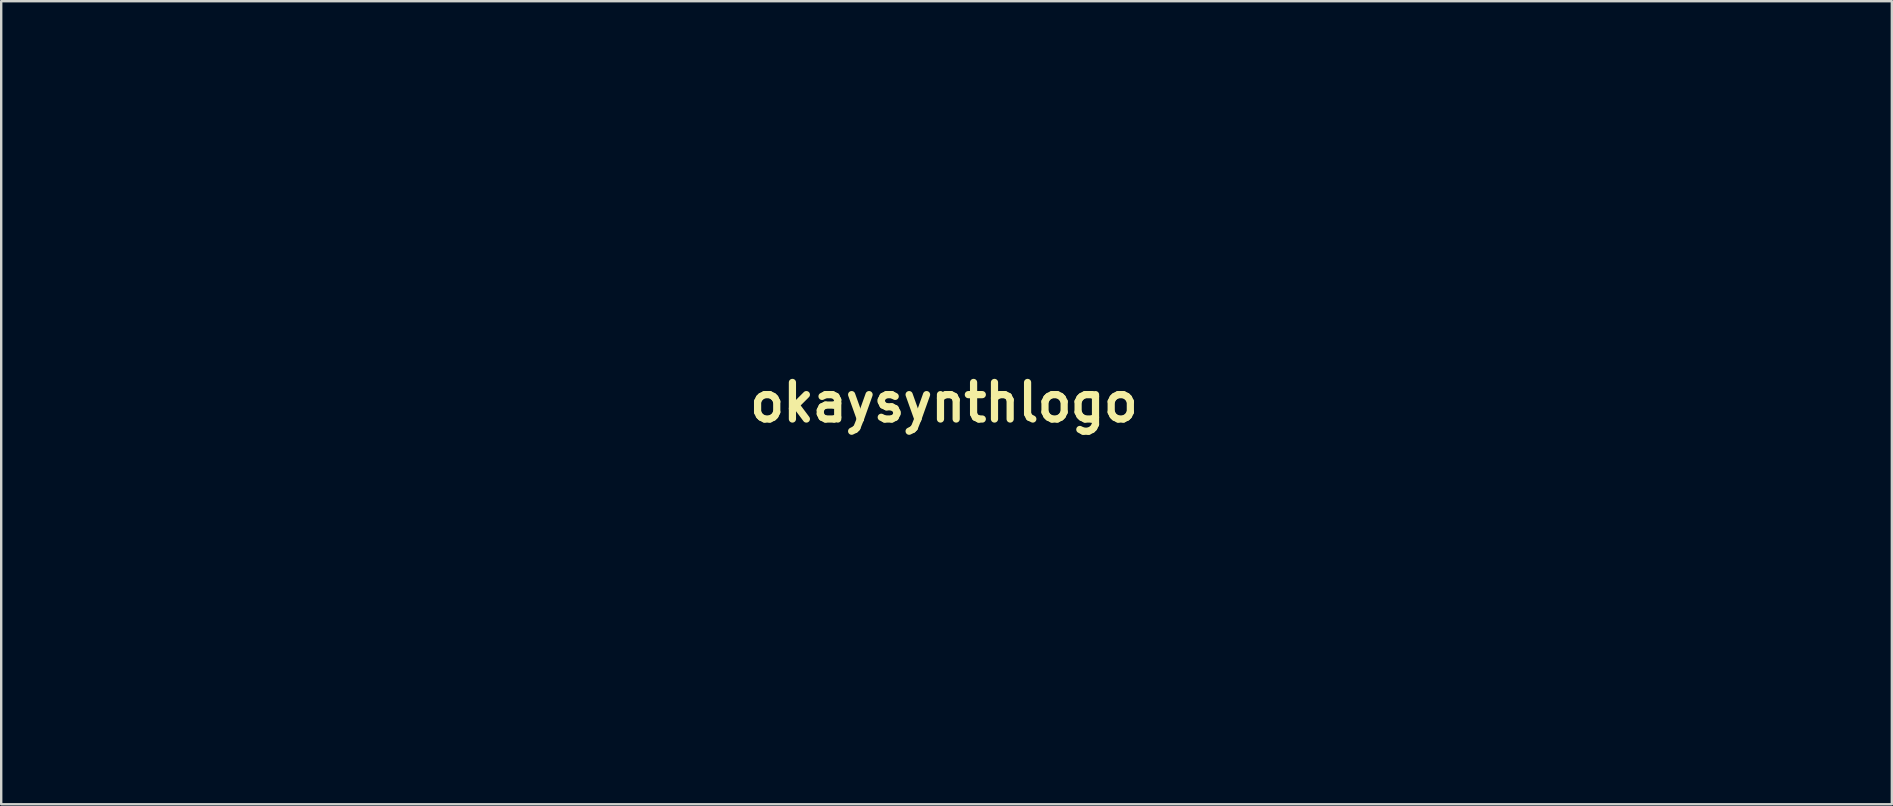
<source format=kicad_pcb>
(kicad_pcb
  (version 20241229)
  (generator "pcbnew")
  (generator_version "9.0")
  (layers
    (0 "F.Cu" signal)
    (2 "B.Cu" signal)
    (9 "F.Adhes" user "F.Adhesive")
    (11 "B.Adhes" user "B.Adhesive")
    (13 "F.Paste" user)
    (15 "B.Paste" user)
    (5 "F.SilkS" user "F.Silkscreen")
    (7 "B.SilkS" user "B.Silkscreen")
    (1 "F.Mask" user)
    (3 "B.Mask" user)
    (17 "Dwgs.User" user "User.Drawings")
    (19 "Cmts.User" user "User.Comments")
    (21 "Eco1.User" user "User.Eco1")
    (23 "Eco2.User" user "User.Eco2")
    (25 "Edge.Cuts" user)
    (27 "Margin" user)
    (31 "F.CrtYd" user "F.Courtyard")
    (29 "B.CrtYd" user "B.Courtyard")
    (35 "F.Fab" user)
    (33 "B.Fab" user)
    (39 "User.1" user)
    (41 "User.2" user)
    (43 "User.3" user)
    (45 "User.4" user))
  (footprint "okaysynthlogo"
    (layer "F.Cu")
    (at 36.278 13.718)
    (property "Reference" "okaysynthlogo" (at 0 0 0) (layer "F.SilkS") (effects (font (size 1.524 1.524) (thickness 0.3))))
    (attr through_hole)
    (fp_poly (pts (xy 1.135 9.314) (xy 1.292 9.508) (xy 1.386 9.952) (xy 1.442 10.741) (xy 1.47 11.493) (xy 1.491 12.595) (xy 1.457 13.276) (xy 1.358 13.621) (xy 1.184 13.716) (xy 0.723 13.537) (xy 0.527 13.358) (xy 0.367 12.879) (xy 0.296 11.99) (xy 0.306 11.136) (xy 0.359 10.172) (xy 0.442 9.611) (xy 0.589 9.346) (xy 0.834 9.272) (xy 0.889 9.271) (xy 1.135 9.314)) (stroke (width 0.01) (type solid)) (fill no) (layer "Eco2.User"))
    (fp_poly (pts (xy 35.026 1.428) (xy 35.817 2.092) (xy 36.331 2.997) (xy 36.486 4.079) (xy 36.322 4.953) (xy 35.76 5.983) (xy 34.881 6.616) (xy 33.682 6.856) (xy 33.528 6.858) (xy 32.376 6.708) (xy 31.676 6.346) (xy 30.967 5.507) (xy 30.617 4.478) (xy 30.621 3.395) (xy 30.976 2.395) (xy 31.676 1.613) (xy 31.827 1.513) (xy 32.949 1.075) (xy 34.043 1.067) (xy 35.026 1.428)) (stroke (width 0.01) (type solid)) (fill no) (layer "Eco2.User"))
    (fp_poly (pts (xy -27.519 9.322) (xy -27.219 9.659) (xy -27.307 10.298) (xy -27.787 11.249) (xy -27.82 11.303) (xy -28.205 12.076) (xy -28.426 12.807) (xy -28.447 13.018) (xy -28.592 13.557) (xy -28.939 13.734) (xy -29.295 13.547) (xy -29.44 13.173) (xy -29.464 12.908) (xy -29.584 12.448) (xy -29.897 11.724) (xy -30.264 11.02) (xy -30.694 10.201) (xy -30.86 9.705) (xy -30.787 9.44) (xy -30.732 9.397) (xy -30.228 9.283) (xy -29.768 9.626) (xy -29.407 10.235) (xy -29.016 11.049) (xy -28.673 10.287) (xy -28.273 9.566) (xy -27.884 9.279) (xy -27.519 9.322)) (stroke (width 0.01) (type solid)) (fill no) (layer "Eco2.User"))
    (fp_poly (pts (xy -18.121 9.194) (xy -17.245 9.273) (xy -16.765 9.417) (xy -16.569 9.664) (xy -16.557 9.716) (xy -16.629 10.056) (xy -17.088 10.16) (xy -17.126 10.16) (xy -17.468 10.184) (xy -17.663 10.33) (xy -17.753 10.709) (xy -17.779 11.431) (xy -17.78 11.938) (xy -17.796 12.878) (xy -17.862 13.416) (xy -18.006 13.66) (xy -18.246 13.716) (xy -18.729 13.633) (xy -18.881 13.547) (xy -18.969 13.222) (xy -19.03 12.544) (xy -19.05 11.769) (xy -19.067 10.887) (xy -19.143 10.401) (xy -19.311 10.196) (xy -19.543 10.16) (xy -20.064 10.032) (xy -20.183 9.718) (xy -19.958 9.413) (xy -19.489 9.252) (xy -18.676 9.184) (xy -18.121 9.194)) (stroke (width 0.01) (type solid)) (fill no) (layer "Eco2.User"))
    (fp_poly (pts (xy 5.813 9.291) (xy 6.285 9.379) (xy 6.495 9.574) (xy 6.552 9.793) (xy 6.437 10.297) (xy 6.048 11.005) (xy 5.73 11.444) (xy 4.833 12.573) (xy 5.528 12.647) (xy 6.343 12.768) (xy 6.716 12.933) (xy 6.712 13.183) (xy 6.602 13.338) (xy 6.195 13.538) (xy 5.486 13.673) (xy 4.668 13.731) (xy 3.937 13.699) (xy 3.489 13.563) (xy 3.471 13.547) (xy 3.306 13.038) (xy 3.58 12.29) (xy 4.226 11.391) (xy 5.151 10.287) (xy 4.211 10.207) (xy 3.578 10.096) (xy 3.349 9.871) (xy 3.353 9.699) (xy 3.501 9.452) (xy 3.897 9.32) (xy 4.655 9.273) (xy 4.956 9.271) (xy 5.813 9.291)) (stroke (width 0.01) (type solid)) (fill no) (layer "Eco2.User"))
    (fp_poly (pts (xy -32.909 9.258) (xy -32.521 9.514) (xy -32.318 9.958) (xy -32.559 10.208) (xy -33.203 10.224) (xy -33.233 10.22) (xy -33.895 10.221) (xy -34.119 10.416) (xy -33.882 10.706) (xy -33.401 10.922) (xy -32.53 11.371) (xy -32.095 11.964) (xy -32.12 12.634) (xy -32.512 13.208) (xy -33.22 13.602) (xy -34.114 13.705) (xy -34.955 13.502) (xy -35.169 13.374) (xy -35.496 12.986) (xy -35.379 12.7) (xy -34.883 12.583) (xy -34.445 12.618) (xy -33.718 12.641) (xy -33.432 12.458) (xy -33.611 12.146) (xy -34.207 11.809) (xy -35.118 11.307) (xy -35.528 10.762) (xy -35.443 10.159) (xy -35.052 9.652) (xy -34.424 9.285) (xy -33.638 9.15) (xy -32.909 9.258)) (stroke (width 0.01) (type solid)) (fill no) (layer "Eco2.User"))
    (fp_poly (pts (xy -2.029 9.3) (xy -1.595 9.631) (xy -1.524 9.895) (xy -1.599 10.211) (xy -1.916 10.296) (xy -2.413 10.238) (xy -3.07 10.206) (xy -3.281 10.366) (xy -3.05 10.671) (xy -2.381 11.076) (xy -2.349 11.092) (xy -1.609 11.629) (xy -1.289 12.258) (xy -1.412 12.886) (xy -1.82 13.31) (xy -2.581 13.612) (xy -3.515 13.69) (xy -4.255 13.548) (xy -4.52 13.218) (xy -4.572 12.93) (xy -4.509 12.626) (xy -4.229 12.529) (xy -3.597 12.596) (xy -3.556 12.602) (xy -2.827 12.645) (xy -2.551 12.496) (xy -2.732 12.202) (xy -3.373 11.805) (xy -3.493 11.748) (xy -4.114 11.395) (xy -4.386 11.006) (xy -4.445 10.422) (xy -4.38 9.799) (xy -4.089 9.477) (xy -3.637 9.312) (xy -2.751 9.182) (xy -2.029 9.3)) (stroke (width 0.01) (type solid)) (fill no) (layer "Eco2.User"))
    (fp_poly (pts (xy -7.293 9.193) (xy -6.526 9.346) (xy -6.195 9.601) (xy -6.309 9.874) (xy -6.881 10.075) (xy -7.176 10.112) (xy -7.882 10.272) (xy -8.158 10.529) (xy -7.999 10.779) (xy -7.399 10.917) (xy -7.22 10.922) (xy -6.612 10.972) (xy -6.391 11.162) (xy -6.397 11.367) (xy -6.717 11.745) (xy -7.305 11.891) (xy -7.959 12.053) (xy -8.165 12.304) (xy -7.948 12.549) (xy -7.334 12.692) (xy -7.093 12.7) (xy -6.43 12.739) (xy -6.156 12.891) (xy -6.143 13.145) (xy -6.33 13.434) (xy -6.824 13.597) (xy -7.497 13.664) (xy -8.396 13.646) (xy -8.988 13.491) (xy -9.082 13.422) (xy -9.262 12.981) (xy -9.373 12.154) (xy -9.398 11.388) (xy -9.338 10.287) (xy -9.107 9.604) (xy -8.627 9.258) (xy -7.821 9.169) (xy -7.293 9.193)) (stroke (width 0.01) (type solid)) (fill no) (layer "Eco2.User"))
    (fp_poly (pts (xy -22.181 9.21) (xy -21.895 9.449) (xy -21.74 9.845) (xy -21.639 10.566) (xy -21.595 11.455) (xy -21.608 12.353) (xy -21.68 13.103) (xy -21.812 13.55) (xy -21.858 13.598) (xy -22.463 13.709) (xy -23.085 13.369) (xy -23.652 12.625) (xy -23.834 12.259) (xy -24.367 11.049) (xy -24.376 12.383) (xy -24.408 13.174) (xy -24.521 13.578) (xy -24.756 13.711) (xy -24.85 13.716) (xy -25.333 13.633) (xy -25.485 13.547) (xy -25.565 13.228) (xy -25.625 12.538) (xy -25.653 11.613) (xy -25.654 11.405) (xy -25.64 10.396) (xy -25.579 9.783) (xy -25.446 9.453) (xy -25.213 9.294) (xy -25.148 9.272) (xy -24.688 9.197) (xy -24.313 9.366) (xy -23.929 9.857) (xy -23.503 10.622) (xy -22.884 11.811) (xy -22.872 10.477) (xy -22.791 9.576) (xy -22.563 9.156) (xy -22.181 9.21)) (stroke (width 0.01) (type solid)) (fill no) (layer "Eco2.User"))
    (fp_poly (pts (xy 15.584 9.308) (xy 16.268 9.743) (xy 16.599 10.366) (xy 16.512 11.093) (xy 16.368 11.361) (xy 16.131 11.835) (xy 16.21 12.247) (xy 16.399 12.562) (xy 16.681 13.199) (xy 16.607 13.586) (xy 16.278 13.695) (xy 15.792 13.498) (xy 15.252 12.968) (xy 15.196 12.892) (xy 14.609 12.068) (xy 14.478 12.826) (xy 14.233 13.409) (xy 13.832 13.692) (xy 13.414 13.581) (xy 13.386 13.555) (xy 13.301 13.233) (xy 13.238 12.539) (xy 13.209 11.613) (xy 13.208 11.415) (xy 13.225 10.668) (xy 14.478 10.668) (xy 14.607 11.085) (xy 14.922 11.128) (xy 15.3 10.877) (xy 15.367 10.668) (xy 15.156 10.309) (xy 14.922 10.208) (xy 14.562 10.297) (xy 14.478 10.668) (xy 13.225 10.668) (xy 13.233 10.333) (xy 13.346 9.662) (xy 13.608 9.305) (xy 14.079 9.165) (xy 14.614 9.144) (xy 15.584 9.308)) (stroke (width 0.01) (type solid)) (fill no) (layer "Eco2.User"))
    (fp_poly (pts (xy 10.618 9.221) (xy 11.188 9.443) (xy 11.38 9.699) (xy 11.312 10.002) (xy 10.892 10.162) (xy 10.513 10.207) (xy 9.805 10.349) (xy 9.469 10.57) (xy 9.535 10.786) (xy 10.031 10.914) (xy 10.266 10.922) (xy 10.887 10.976) (xy 11.143 11.188) (xy 11.176 11.43) (xy 11.077 11.78) (xy 10.688 11.921) (xy 10.287 11.938) (xy 9.629 12.021) (xy 9.4 12.284) (xy 9.398 12.319) (xy 9.563 12.582) (xy 10.111 12.692) (xy 10.433 12.7) (xy 11.096 12.739) (xy 11.37 12.891) (xy 11.383 13.145) (xy 11.197 13.433) (xy 10.706 13.596) (xy 10.021 13.664) (xy 9.252 13.674) (xy 8.705 13.616) (xy 8.563 13.558) (xy 8.477 13.234) (xy 8.413 12.539) (xy 8.383 11.61) (xy 8.382 11.393) (xy 8.392 10.393) (xy 8.444 9.788) (xy 8.568 9.465) (xy 8.798 9.311) (xy 8.982 9.257) (xy 9.829 9.15) (xy 10.618 9.221)) (stroke (width 0.01) (type solid)) (fill no) (layer "Eco2.User"))
    (fp_poly (pts (xy -14.415 9.19) (xy -13.984 9.384) (xy -13.788 9.897) (xy -13.763 10.097) (xy -13.639 10.677) (xy -13.341 10.899) (xy -13.065 10.922) (xy -12.649 10.854) (xy -12.476 10.553) (xy -12.446 10.015) (xy -12.405 9.415) (xy -12.221 9.187) (xy -11.874 9.19) (xy -11.6 9.263) (xy -11.425 9.454) (xy -11.323 9.867) (xy -11.265 10.602) (xy -11.229 11.512) (xy -11.199 12.581) (xy -11.211 13.236) (xy -11.285 13.574) (xy -11.445 13.688) (xy -11.713 13.675) (xy -11.737 13.671) (xy -12.174 13.481) (xy -12.372 12.979) (xy -12.399 12.764) (xy -12.523 12.183) (xy -12.821 11.961) (xy -13.097 11.938) (xy -13.516 12.007) (xy -13.688 12.314) (xy -13.716 12.827) (xy -13.778 13.448) (xy -14.008 13.695) (xy -14.182 13.716) (xy -14.665 13.633) (xy -14.817 13.547) (xy -14.894 13.231) (xy -14.953 12.537) (xy -14.984 11.595) (xy -14.986 11.243) (xy -14.979 10.206) (xy -14.941 9.579) (xy -14.844 9.267) (xy -14.662 9.172) (xy -14.415 9.19)) (stroke (width 0.01) (type solid)) (fill no) (layer "Eco2.User"))
    (fp_poly (pts (xy -11.77 -13.607) (xy -10.855 -13.317) (xy -10.361 -12.951) (xy -10.196 -12.694) (xy -10.076 -12.339) (xy -9.993 -11.809) (xy -9.94 -11.027) (xy -9.911 -9.916) (xy -9.897 -8.399) (xy -9.896 -7.782) (xy -9.885 -3.175) (xy -7.245 -5.905) (xy -6.293 -6.864) (xy -5.439 -7.676) (xy -4.755 -8.275) (xy -4.314 -8.598) (xy -4.212 -8.636) (xy -3.744 -8.546) (xy -3.04 -8.319) (xy -2.77 -8.216) (xy -1.906 -7.722) (xy -1.398 -7.024) (xy -1.369 -6.958) (xy -1.178 -6.285) (xy -1.229 -5.642) (xy -1.561 -4.952) (xy -2.216 -4.136) (xy -3.234 -3.116) (xy -3.496 -2.871) (xy -5.461 -1.042) (xy -3.078 1.358) (xy -2.114 2.337) (xy -1.459 3.038) (xy -1.058 3.538) (xy -0.86 3.917) (xy -0.811 4.252) (xy -0.858 4.622) (xy -0.86 4.633) (xy -1.278 5.628) (xy -2.045 6.33) (xy -3.059 6.684) (xy -4.22 6.635) (xy -4.415 6.585) (xy -4.929 6.383) (xy -5.452 6.041) (xy -6.049 5.494) (xy -6.785 4.68) (xy -7.729 3.535) (xy -8.091 3.081) (xy -9.779 0.956) (xy -9.906 3.716) (xy -10.033 6.477) (xy -11.991 6.551) (xy -12.727 6.587) (xy -13.331 6.603) (xy -13.818 6.556) (xy -14.199 6.401) (xy -14.487 6.092) (xy -14.696 5.585) (xy -14.837 4.836) (xy -14.924 3.799) (xy -14.97 2.43) (xy -14.987 0.685) (xy -14.988 -1.482) (xy -14.986 -3.925) (xy -14.986 -13.439) (xy -14.081 -13.609) (xy -12.896 -13.713) (xy -11.77 -13.607)) (stroke (width 0.01) (type solid)) (fill no) (layer "Eco2.User"))
    (fp_poly (pts (xy -24.11 -12.313) (xy -22.246 -11.665) (xy -20.567 -10.652) (xy -19.457 -9.627) (xy -18.46 -8.346) (xy -17.778 -7.015) (xy -17.368 -5.509) (xy -17.189 -3.705) (xy -17.172 -2.794) (xy -17.195 -1.422) (xy -17.279 -0.396) (xy -17.447 0.445) (xy -17.72 1.262) (xy -17.744 1.321) (xy -18.726 3.147) (xy -20.089 4.657) (xy -21.789 5.819) (xy -23.788 6.601) (xy -24.914 6.844) (xy -26.006 7.007) (xy -26.817 7.07) (xy -27.563 7.027) (xy -28.461 6.872) (xy -29.116 6.733) (xy -30.595 6.33) (xy -31.786 5.781) (xy -32.908 4.973) (xy -33.535 4.414) (xy -34.775 2.971) (xy -35.631 1.295) (xy -36.128 -0.675) (xy -36.26 -2.056) (xy -30.841 -2.056) (xy -30.643 -0.644) (xy -30.272 0.423) (xy -29.41 1.637) (xy -28.323 2.413) (xy -27.066 2.73) (xy -25.693 2.569) (xy -24.995 2.31) (xy -23.964 1.604) (xy -23.344 0.855) (xy -23.064 0.352) (xy -22.884 -0.161) (xy -22.784 -0.811) (xy -22.741 -1.731) (xy -22.733 -2.794) (xy -22.775 -4.343) (xy -22.924 -5.494) (xy -23.218 -6.354) (xy -23.694 -7.028) (xy -24.388 -7.623) (xy -24.434 -7.655) (xy -25.161 -8.044) (xy -26.043 -8.22) (xy -26.704 -8.247) (xy -27.955 -8.122) (xy -28.922 -7.683) (xy -29.724 -6.857) (xy -30.205 -6.095) (xy -30.62 -4.968) (xy -30.833 -3.56) (xy -30.841 -2.056) (xy -36.26 -2.056) (xy -36.273 -2.186) (xy -36.235 -4.352) (xy -35.886 -6.214) (xy -35.197 -7.888) (xy -34.642 -8.801) (xy -33.371 -10.246) (xy -31.798 -11.352) (xy -30.004 -12.116) (xy -28.071 -12.534) (xy -26.079 -12.601) (xy -24.11 -12.313)) (stroke (width 0.01) (type solid)) (fill no) (layer "Eco2.User"))
    (fp_poly (pts (xy 19.224 -8.585) (xy 19.779 -8.394) (xy 20.253 -8.006) (xy 20.684 -7.362) (xy 21.109 -6.407) (xy 21.564 -5.082) (xy 22.086 -3.33) (xy 22.202 -2.921) (xy 22.608 -1.51) (xy 22.979 -0.268) (xy 23.289 0.721) (xy 23.512 1.374) (xy 23.614 1.604) (xy 23.751 1.46) (xy 23.98 0.903) (xy 24.277 0.017) (xy 24.617 -1.117) (xy 24.977 -2.416) (xy 25.333 -3.799) (xy 25.659 -5.182) (xy 25.843 -6.032) (xy 26.065 -7.057) (xy 26.254 -7.698) (xy 26.47 -8.066) (xy 26.777 -8.277) (xy 27.138 -8.411) (xy 28.047 -8.576) (xy 29.06 -8.562) (xy 29.987 -8.39) (xy 30.633 -8.079) (xy 30.682 -8.035) (xy 30.998 -7.385) (xy 31.073 -6.365) (xy 30.933 -5.041) (xy 30.605 -3.476) (xy 30.113 -1.733) (xy 29.484 0.124) (xy 28.743 2.03) (xy 27.916 3.923) (xy 27.029 5.738) (xy 26.108 7.411) (xy 25.178 8.88) (xy 24.265 10.079) (xy 23.395 10.946) (xy 22.866 11.3) (xy 21.693 11.712) (xy 20.48 11.818) (xy 19.43 11.598) (xy 19.4 11.585) (xy 18.571 11.032) (xy 17.99 10.296) (xy 17.78 9.562) (xy 17.961 9.171) (xy 18.449 8.556) (xy 19.158 7.82) (xy 19.431 7.564) (xy 20.333 6.697) (xy 20.859 6.071) (xy 21.036 5.626) (xy 20.894 5.298) (xy 20.603 5.095) (xy 20.132 4.696) (xy 19.623 3.958) (xy 19.05 2.835) (xy 18.384 1.279) (xy 18.216 0.855) (xy 17.813 -0.232) (xy 17.376 -1.52) (xy 16.935 -2.904) (xy 16.522 -4.277) (xy 16.168 -5.534) (xy 15.905 -6.569) (xy 15.763 -7.276) (xy 15.748 -7.454) (xy 15.98 -7.869) (xy 16.591 -8.241) (xy 17.451 -8.514) (xy 18.431 -8.634) (xy 18.553 -8.636) (xy 19.224 -8.585)) (stroke (width 0.01) (type solid)) (fill no) (layer "Eco2.User"))
    (fp_poly (pts (xy 9.19 -8.626) (xy 10.713 -8.277) (xy 12.052 -7.749) (xy 12.746 -7.333) (xy 13.308 -6.87) (xy 13.735 -6.335) (xy 14.046 -5.655) (xy 14.257 -4.757) (xy 14.388 -3.569) (xy 14.453 -2.016) (xy 14.472 -0.111) (xy 14.478 4.477) (xy 13.78 5.146) (xy 12.993 5.778) (xy 12.098 6.229) (xy 10.988 6.528) (xy 9.561 6.706) (xy 8.128 6.78) (xy 6.716 6.806) (xy 5.672 6.774) (xy 4.856 6.671) (xy 4.129 6.483) (xy 3.865 6.393) (xy 2.393 5.694) (xy 1.367 4.783) (xy 0.752 3.613) (xy 0.525 2.208) (xy 5.451 2.208) (xy 5.891 2.702) (xy 6.746 2.984) (xy 7.596 3.044) (xy 8.443 3.006) (xy 9.106 2.912) (xy 9.351 2.828) (xy 9.575 2.4) (xy 9.609 1.553) (xy 9.605 1.499) (xy 9.525 0.381) (xy 8.136 0.472) (xy 6.9 0.608) (xy 6.087 0.844) (xy 5.617 1.212) (xy 5.46 1.528) (xy 5.451 2.208) (xy 0.525 2.208) (xy 0.514 2.136) (xy 0.508 1.828) (xy 0.609 0.617) (xy 0.941 -0.367) (xy 1.549 -1.153) (xy 2.48 -1.772) (xy 3.777 -2.251) (xy 5.487 -2.622) (xy 7.655 -2.914) (xy 7.811 -2.93) (xy 8.697 -3.048) (xy 9.183 -3.194) (xy 9.377 -3.412) (xy 9.398 -3.575) (xy 9.2 -4.041) (xy 8.724 -4.494) (xy 8.722 -4.495) (xy 7.991 -4.763) (xy 6.929 -4.896) (xy 5.693 -4.893) (xy 4.443 -4.756) (xy 3.335 -4.486) (xy 3.302 -4.474) (xy 2.596 -4.247) (xy 2.2 -4.208) (xy 1.952 -4.361) (xy 1.845 -4.493) (xy 1.496 -5.24) (xy 1.35 -6.134) (xy 1.44 -6.922) (xy 1.508 -7.083) (xy 2.141 -7.762) (xy 3.159 -8.275) (xy 4.468 -8.621) (xy 5.973 -8.795) (xy 7.579 -8.798) (xy 9.19 -8.626)) (stroke (width 0.01) (type solid)) (fill no) (layer "Eco2.User")))
  (gr_rect
    (start -3 -3)
    (end 75.769 30.457)
    (stroke (width 0.1) (type default))
    (fill no)
    (layer "Edge.Cuts")))
</source>
